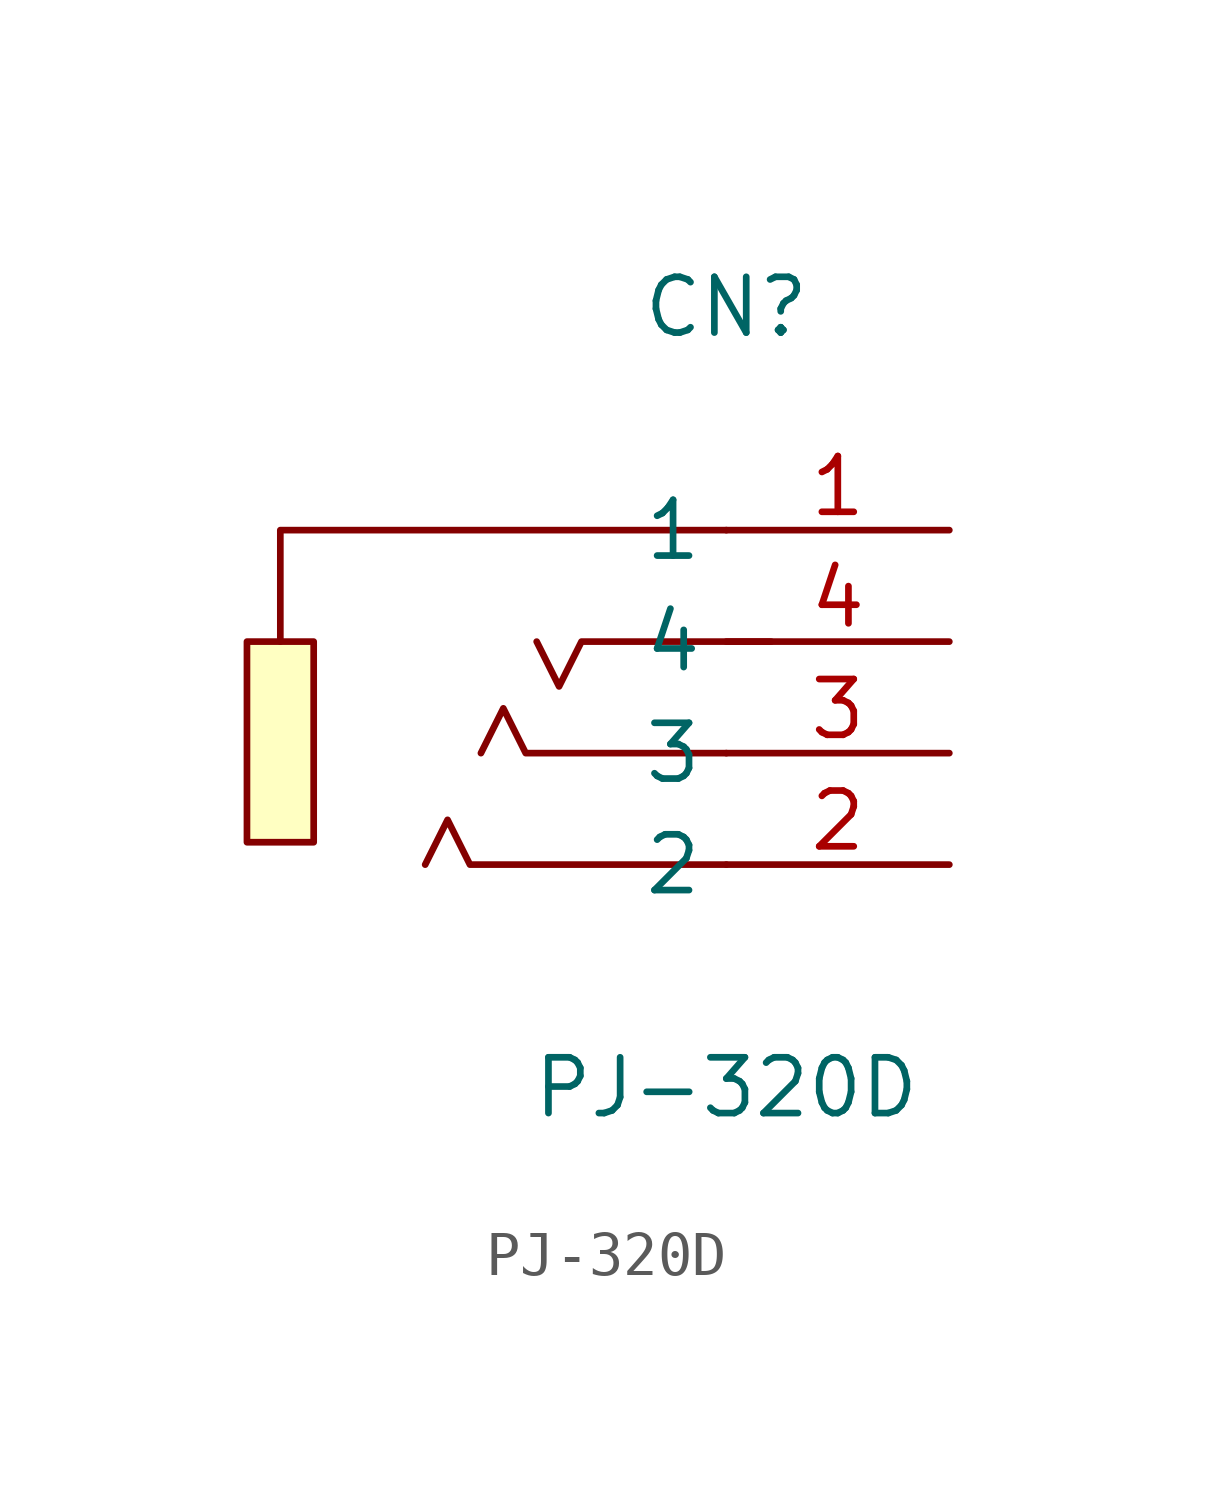
<source format=kicad_sym>
(kicad_symbol_lib
  (version 1)
  (generator "faebryk")
  (symbol "PJ-320D"
    (property "Reference" "CN"
      (at 0 7.62 0)
      (effects (font (size 1.27 1.27)) (hide no)))
    (property "Value" "PJ-320D"
      (at 0 -10.16 0)
      (effects (font (size 1.27 1.27)) (hide no)))
    (symbol "PJ-320D_0_1"
      (polyline (stroke (width 0) (type default) (color 0 0 0 0)) (fill (type none)) (pts (xy 0 -5.08) (xy -5.84 -5.08) (xy -6.35 -4.06) (xy -6.86 -5.08)))
      (polyline (stroke (width 0) (type default) (color 0 0 0 0)) (fill (type none)) (pts (xy 0 -2.54) (xy -4.57 -2.54) (xy -5.08 -1.52) (xy -5.59 -2.54)))
      (polyline (stroke (width 0) (type default) (color 0 0 0 0)) (fill (type none)) (pts (xy 1.02 0) (xy -3.3 0) (xy -3.81 -1.02) (xy -4.32 0)))
      (polyline (stroke (width 0) (type default) (color 0 0 0 0)) (fill (type none)) (pts (xy 0 2.54) (xy -10.16 2.54) (xy -10.16 0)))
      (rectangle (start -10.92 0) (end -9.4 -4.57) (stroke (width 0) (type default) (color 0 0 0 0)) (fill (type background)))
      (pin unspecified line (at 5.08 0 180) (length 5.08) (name "4" (effects (font (size 1.27 1.27)) (hide no))) (number "4" (effects (font (size 1.27 1.27)) (hide no))))
      (pin unspecified line (at 5.08 -5.08 180) (length 5.08) (name "2" (effects (font (size 1.27 1.27)) (hide no))) (number "2" (effects (font (size 1.27 1.27)) (hide no))))
      (pin unspecified line (at 5.08 -2.54 180) (length 5.08) (name "3" (effects (font (size 1.27 1.27)) (hide no))) (number "3" (effects (font (size 1.27 1.27)) (hide no))))
      (pin unspecified line (at 5.08 2.54 180) (length 5.08) (name "1" (effects (font (size 1.27 1.27)) (hide no))) (number "1" (effects (font (size 1.27 1.27)) (hide no)))))))
</source>
